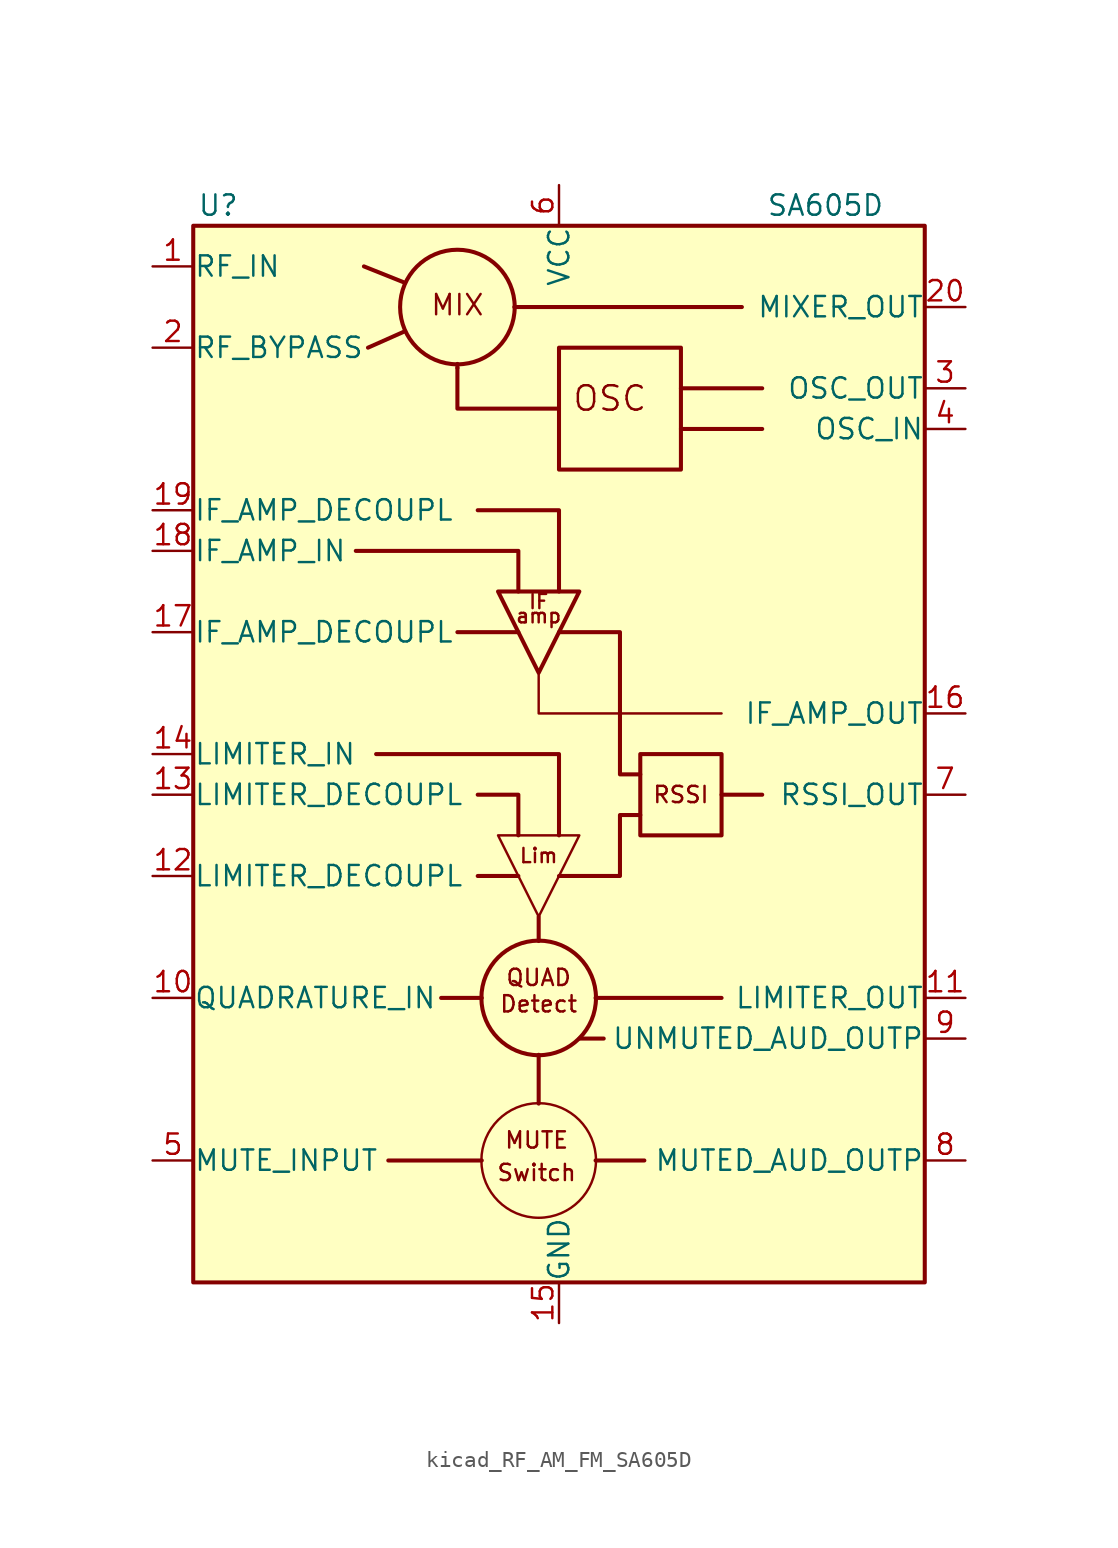
<source format=kicad_sym>
(kicad_symbol_lib
  (version 20220914)
  (generator kicad_symbol_editor)
  (symbol "kicad_RF_AM_FM_SA605D"
    (pin_names
      (offset 0.025))
    (property "Reference" "U"
      (at -22.606 24.13 0)
      (effects (font (size 1.27 1.27)) (justify left)))
    (property "Value" "SA605D"
      (at 12.954 24.13 0)
      (effects (font (size 1.27 1.27)) (justify left)))
    (symbol "kicad_RF_AM_FM_SA605D_0_0"
      (circle (center -1.27 -35.56) (radius 3.581) (stroke (width 0) (type default)) (fill (type none)))
      (circle (center -1.27 -25.4) (radius 3.581) (stroke (width 0.254) (type default)) (fill (type none)))
      (polyline (pts (xy -12.192 20.32) (xy -9.652 19.304)) (stroke (width 0.254) (type default)) (fill (type none)))
      (polyline (pts (xy -11.938 15.24) (xy -9.652 16.256)) (stroke (width 0.254) (type default)) (fill (type none)))
      (polyline (pts (xy -6.35 -2.54) (xy -2.54 -2.54)) (stroke (width 0.254) (type default)) (fill (type none)))
      (polyline (pts (xy -6.35 13.97) (xy -6.35 14.224)) (stroke (width 0.254) (type default)) (fill (type none)))
      (polyline (pts (xy -4.826 -35.56) (xy -10.668 -35.56)) (stroke (width 0.254) (type default)) (fill (type none)))
      (polyline (pts (xy -4.826 -25.4) (xy -7.366 -25.4)) (stroke (width 0.254) (type default)) (fill (type none)))
      (polyline (pts (xy -2.54 -17.78) (xy -5.08 -17.78)) (stroke (width 0.254) (type default)) (fill (type none)))
      (polyline (pts (xy -2.54 17.78) (xy -2.794 17.78)) (stroke (width 0.254) (type default)) (fill (type none)))
      (polyline (pts (xy -1.27 -28.956) (xy -1.27 -32.004)) (stroke (width 0.254) (type default)) (fill (type none)))
      (polyline (pts (xy -1.27 -20.32) (xy -1.27 -21.844)) (stroke (width 0.254) (type default)) (fill (type none)))
      (polyline (pts (xy 1.27 -27.94) (xy 2.794 -27.94)) (stroke (width 0.254) (type default)) (fill (type none)))
      (polyline (pts (xy 2.286 -35.56) (xy 5.334 -35.56)) (stroke (width 0.254) (type default)) (fill (type none)))
      (polyline (pts (xy 2.286 -25.4) (xy 10.16 -25.4)) (stroke (width 0.254) (type default)) (fill (type none)))
      (polyline (pts (xy 7.62 10.16) (xy 12.7 10.16)) (stroke (width 0.254) (type default)) (fill (type none)))
      (polyline (pts (xy 10.16 -12.7) (xy 12.7 -12.7)) (stroke (width 0.254) (type default)) (fill (type none)))
      (polyline (pts (xy 11.43 17.78) (xy -2.54 17.78)) (stroke (width 0.254) (type default)) (fill (type none)))
      (polyline (pts (xy 12.7 12.7) (xy 7.62 12.7)) (stroke (width 0.254) (type default)) (fill (type none)))
      (polyline (pts (xy -12.7 2.54) (xy -2.54 2.54) (xy -2.54 0)) (stroke (width 0.254) (type default)) (fill (type none)))
      (polyline (pts (xy -11.43 -10.16) (xy 0 -10.16) (xy 0 -15.24)) (stroke (width 0.254) (type default)) (fill (type none)))
      (polyline (pts (xy -5.08 5.08) (xy 0 5.08) (xy 0 0)) (stroke (width 0.254) (type default)) (fill (type none)))
      (polyline (pts (xy -2.54 -15.24) (xy -2.54 -12.7) (xy -5.08 -12.7)) (stroke (width 0.254) (type default)) (fill (type none)))
      (polyline (pts (xy 0 11.43) (xy -6.35 11.43) (xy -6.35 13.97)) (stroke (width 0.254) (type default)) (fill (type none)))
      (polyline (pts (xy 0 -17.78) (xy 3.81 -17.78) (xy 3.81 -13.97) (xy 5.08 -13.97)) (stroke (width 0.254) (type default)) (fill (type none)))
      (polyline (pts (xy 0 -2.54) (xy 3.81 -2.54) (xy 3.81 -11.43) (xy 5.08 -11.43)) (stroke (width 0.254) (type default)) (fill (type none)))
      (polyline (pts (xy 1.27 -15.24) (xy -3.81 -15.24) (xy -1.27 -20.32) (xy 1.27 -15.24) (xy 1.27 -15.24)) (stroke (width 0) (type default)) (fill (type background)))
      (polyline (pts (xy 1.27 0) (xy -3.81 0) (xy -1.27 -5.08) (xy 1.27 0) (xy 1.27 0)) (stroke (width 0.254) (type default)) (fill (type background)))
      (text "amp" (at -1.27 -1.524 0) (effects (font (size 0.889 0.889))))
      (text "Detect" (at -1.27 -25.781 0) (effects (font (size 1.016 1.016))))
      (text "IF" (at -1.27 -0.635 0) (effects (font (size 0.889 0.889))))
      (text "Lim" (at -1.27 -16.51 0) (effects (font (size 0.889 0.889))))
      (text "MIX" (at -6.35 17.907 0) (effects (font (size 1.27 1.27))))
      (text "MUTE" (at -1.397 -34.29 0) (effects (font (size 1.016 1.016))))
      (text "OSC" (at 3.175 12.065 0) (effects (font (size 1.524 1.524))))
      (text "QUAD" (at -1.27 -24.13 0) (effects (font (size 1.016 1.016))))
      (text "RSSI" (at 7.62 -12.7 0) (effects (font (size 1.016 1.016))))
      (text "Switch" (at -1.397 -36.322 0) (effects (font (size 1.016 1.016)))))
    (symbol "kicad_RF_AM_FM_SA605D_0_1"
      (rectangle (start -22.86 22.86) (end 22.86 -43.18) (stroke (width 0.254) (type default)) (fill (type background)))
      (circle (center -6.35 17.78) (radius 3.581) (stroke (width 0.254) (type default)) (fill (type none)))
      (polyline (pts (xy -1.27 -5.08) (xy -1.27 -7.62) (xy 10.16 -7.62)) (stroke (width 0) (type default)) (fill (type none)))
      (rectangle (start 0 15.24) (end 7.62 7.62) (stroke (width 0.254) (type default)) (fill (type none)))
      (rectangle (start 5.08 -10.16) (end 10.16 -15.24) (stroke (width 0.254) (type default)) (fill (type none))))
    (symbol "kicad_RF_AM_FM_SA605D_1_1"
      (pin input line (at -25.4 20.32 0) (length 2.54) (name "RF_IN" (effects (font (size 1.27 1.27)))) (number "1" (effects (font (size 1.27 1.27)))))
      (pin input line (at -25.4 -25.4 0) (length 2.54) (name "QUADRATURE_IN" (effects (font (size 1.27 1.27)))) (number "10" (effects (font (size 1.27 1.27)))))
      (pin output line (at 25.4 -25.4 180) (length 2.54) (name "LIMITER_OUT" (effects (font (size 1.27 1.27)))) (number "11" (effects (font (size 1.27 1.27)))))
      (pin input line (at -25.4 -17.78 0) (length 2.54) (name "LIMITER_DECOUPL" (effects (font (size 1.27 1.27)))) (number "12" (effects (font (size 1.27 1.27)))))
      (pin input line (at -25.4 -12.7 0) (length 2.54) (name "LIMITER_DECOUPL" (effects (font (size 1.27 1.27)))) (number "13" (effects (font (size 1.27 1.27)))))
      (pin input line (at -25.4 -10.16 0) (length 2.54) (name "LIMITER_IN" (effects (font (size 1.27 1.27)))) (number "14" (effects (font (size 1.27 1.27)))))
      (pin power_in line (at 0 -45.72 90) (length 2.54) (name "GND" (effects (font (size 1.27 1.27)))) (number "15" (effects (font (size 1.27 1.27)))))
      (pin output line (at 25.4 -7.62 180) (length 2.54) (name "IF_AMP_OUT" (effects (font (size 1.27 1.27)))) (number "16" (effects (font (size 1.27 1.27)))))
      (pin input line (at -25.4 -2.54 0) (length 2.54) (name "IF_AMP_DECOUPL" (effects (font (size 1.27 1.27)))) (number "17" (effects (font (size 1.27 1.27)))))
      (pin input line (at -25.4 2.54 0) (length 2.54) (name "IF_AMP_IN" (effects (font (size 1.27 1.27)))) (number "18" (effects (font (size 1.27 1.27)))))
      (pin input line (at -25.4 5.08 0) (length 2.54) (name "IF_AMP_DECOUPL" (effects (font (size 1.27 1.27)))) (number "19" (effects (font (size 1.27 1.27)))))
      (pin input line (at -25.4 15.24 0) (length 2.54) (name "RF_BYPASS" (effects (font (size 1.27 1.27)))) (number "2" (effects (font (size 1.27 1.27)))))
      (pin output line (at 25.4 17.78 180) (length 2.54) (name "MIXER_OUT" (effects (font (size 1.27 1.27)))) (number "20" (effects (font (size 1.27 1.27)))))
      (pin output line (at 25.4 12.7 180) (length 2.54) (name "OSC_OUT" (effects (font (size 1.27 1.27)))) (number "3" (effects (font (size 1.27 1.27)))))
      (pin input line (at 25.4 10.16 180) (length 2.54) (name "OSC_IN" (effects (font (size 1.27 1.27)))) (number "4" (effects (font (size 1.27 1.27)))))
      (pin input line (at -25.4 -35.56 0) (length 2.54) (name "MUTE_INPUT" (effects (font (size 1.27 1.27)))) (number "5" (effects (font (size 1.27 1.27)))))
      (pin power_in line (at 0 25.4 270) (length 2.54) (name "VCC" (effects (font (size 1.27 1.27)))) (number "6" (effects (font (size 1.27 1.27)))))
      (pin output line (at 25.4 -12.7 180) (length 2.54) (name "RSSI_OUT" (effects (font (size 1.27 1.27)))) (number "7" (effects (font (size 1.27 1.27)))))
      (pin output line (at 25.4 -35.56 180) (length 2.54) (name "MUTED_AUD_OUTP" (effects (font (size 1.27 1.27)))) (number "8" (effects (font (size 1.27 1.27)))))
      (pin output line (at 25.4 -27.94 180) (length 2.54) (name "UNMUTED_AUD_OUTP" (effects (font (size 1.27 1.27)))) (number "9" (effects (font (size 1.27 1.27))))))))
</source>
